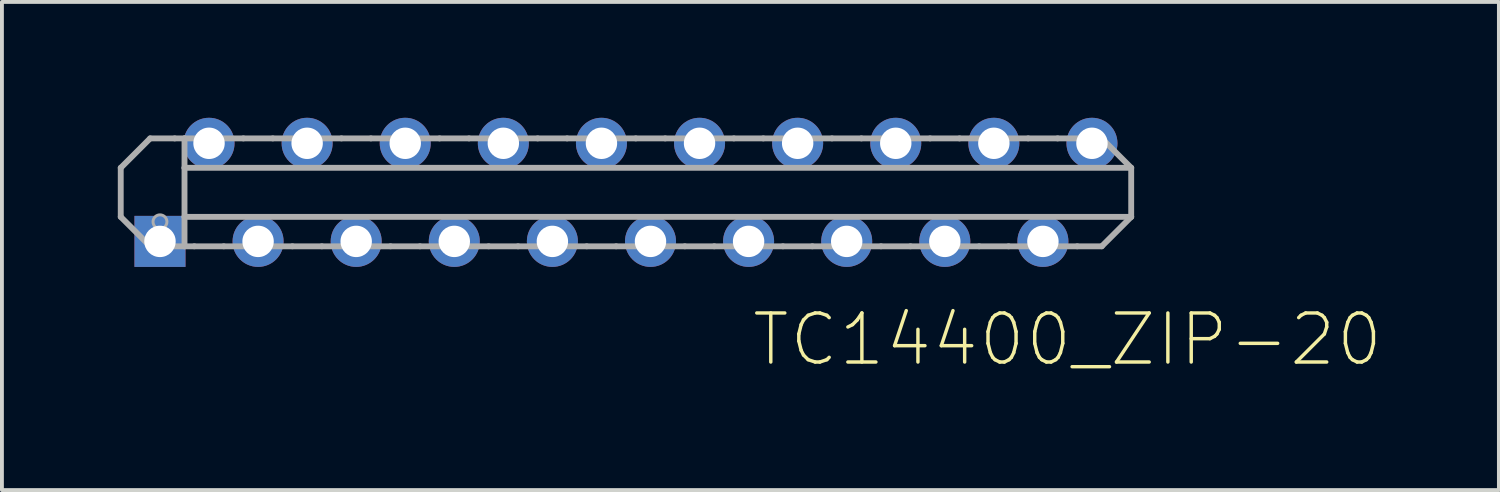
<source format=kicad_pcb>
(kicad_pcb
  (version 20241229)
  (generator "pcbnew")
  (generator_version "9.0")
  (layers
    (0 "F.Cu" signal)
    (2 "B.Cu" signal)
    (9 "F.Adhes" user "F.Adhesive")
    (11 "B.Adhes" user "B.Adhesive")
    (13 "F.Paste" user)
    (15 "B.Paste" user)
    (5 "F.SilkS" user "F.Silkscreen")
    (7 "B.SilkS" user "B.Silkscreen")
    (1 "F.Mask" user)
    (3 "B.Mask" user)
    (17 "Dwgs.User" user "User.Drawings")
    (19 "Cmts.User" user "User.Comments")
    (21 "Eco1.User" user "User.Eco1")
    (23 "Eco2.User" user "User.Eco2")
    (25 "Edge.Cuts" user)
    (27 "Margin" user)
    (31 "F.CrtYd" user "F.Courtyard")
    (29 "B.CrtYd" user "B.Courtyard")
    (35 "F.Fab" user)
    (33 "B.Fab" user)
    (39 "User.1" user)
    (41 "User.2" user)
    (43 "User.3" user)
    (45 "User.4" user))
  (footprint "TC14400_ZIP-20"
    (layer "F.Cu")
    (at 13.157 1.93)
    (property "Reference" "TC14400_ZIP-20" (at 11.43 3.81 0) (layer "F.SilkS") (effects (font (size 1.27 1.27) (thickness 0.089))))
    (attr exclude_from_pos_files)
    (fp_line (start -13.081 -0.635) (end -13.081 0.635) (stroke (width 0.152) (type solid)) (layer "F.Fab"))
    (fp_line (start -13.081 0.635) (end -12.319 1.397) (stroke (width 0.152) (type solid)) (layer "F.Fab"))
    (fp_line (start -12.319 -1.397) (end -13.081 -0.635) (stroke (width 0.152) (type solid)) (layer "F.Fab"))
    (fp_line (start -11.684 -1.397) (end -12.319 -1.397) (stroke (width 0.152) (type solid)) (layer "F.Fab"))
    (fp_line (start -11.43 -1.397) (end -11.684 -1.397) (stroke (width 0.152) (type solid)) (layer "F.Fab"))
    (fp_line (start -11.43 -0.635) (end -11.43 -1.397) (stroke (width 0.152) (type solid)) (layer "F.Fab"))
    (fp_line (start -11.43 0.635) (end -11.43 -0.635) (stroke (width 0.152) (type solid)) (layer "F.Fab"))
    (fp_line (start -11.43 1.397) (end -12.319 1.397) (stroke (width 0.152) (type solid)) (layer "F.Fab"))
    (fp_line (start -11.43 1.397) (end -11.43 0.635) (stroke (width 0.152) (type solid)) (layer "F.Fab"))
    (fp_line (start -11.176 1.397) (end -11.43 1.397) (stroke (width 0.152) (type solid)) (layer "F.Fab"))
    (fp_line (start -10.414 1.397) (end -11.176 1.397) (stroke (width 0.152) (type solid)) (layer "F.Fab"))
    (fp_line (start -9.906 -1.397) (end -11.43 -1.397) (stroke (width 0.152) (type solid)) (layer "F.Fab"))
    (fp_line (start -9.144 -1.397) (end -9.906 -1.397) (stroke (width 0.152) (type solid)) (layer "F.Fab"))
    (fp_line (start -8.636 1.397) (end -10.414 1.397) (stroke (width 0.152) (type solid)) (layer "F.Fab"))
    (fp_line (start -7.874 1.397) (end -8.636 1.397) (stroke (width 0.152) (type solid)) (layer "F.Fab"))
    (fp_line (start -7.366 -1.397) (end -9.144 -1.397) (stroke (width 0.152) (type solid)) (layer "F.Fab"))
    (fp_line (start -6.604 -1.397) (end -7.366 -1.397) (stroke (width 0.152) (type solid)) (layer "F.Fab"))
    (fp_line (start -6.096 1.397) (end -7.874 1.397) (stroke (width 0.152) (type solid)) (layer "F.Fab"))
    (fp_line (start -5.334 1.397) (end -6.096 1.397) (stroke (width 0.152) (type solid)) (layer "F.Fab"))
    (fp_line (start -4.826 -1.397) (end -6.604 -1.397) (stroke (width 0.152) (type solid)) (layer "F.Fab"))
    (fp_line (start -4.064 -1.397) (end -4.826 -1.397) (stroke (width 0.152) (type solid)) (layer "F.Fab"))
    (fp_line (start -3.556 1.397) (end -5.334 1.397) (stroke (width 0.152) (type solid)) (layer "F.Fab"))
    (fp_line (start -2.794 1.397) (end -3.556 1.397) (stroke (width 0.152) (type solid)) (layer "F.Fab"))
    (fp_line (start -2.286 -1.397) (end -4.064 -1.397) (stroke (width 0.152) (type solid)) (layer "F.Fab"))
    (fp_line (start -1.524 -1.397) (end -2.286 -1.397) (stroke (width 0.152) (type solid)) (layer "F.Fab"))
    (fp_line (start -1.016 1.397) (end -2.794 1.397) (stroke (width 0.152) (type solid)) (layer "F.Fab"))
    (fp_line (start -0.254 1.397) (end -1.016 1.397) (stroke (width 0.152) (type solid)) (layer "F.Fab"))
    (fp_line (start 0.254 -1.397) (end -1.524 -1.397) (stroke (width 0.152) (type solid)) (layer "F.Fab"))
    (fp_line (start 1.016 -1.397) (end 0.254 -1.397) (stroke (width 0.152) (type solid)) (layer "F.Fab"))
    (fp_line (start 1.524 1.397) (end -0.254 1.397) (stroke (width 0.152) (type solid)) (layer "F.Fab"))
    (fp_line (start 2.286 1.397) (end 1.524 1.397) (stroke (width 0.152) (type solid)) (layer "F.Fab"))
    (fp_line (start 2.794 -1.397) (end 1.016 -1.397) (stroke (width 0.152) (type solid)) (layer "F.Fab"))
    (fp_line (start 3.556 -1.397) (end 2.794 -1.397) (stroke (width 0.152) (type solid)) (layer "F.Fab"))
    (fp_line (start 4.064 1.397) (end 2.286 1.397) (stroke (width 0.152) (type solid)) (layer "F.Fab"))
    (fp_line (start 4.826 1.397) (end 4.064 1.397) (stroke (width 0.152) (type solid)) (layer "F.Fab"))
    (fp_line (start 5.334 -1.397) (end 3.556 -1.397) (stroke (width 0.152) (type solid)) (layer "F.Fab"))
    (fp_line (start 6.096 -1.397) (end 5.334 -1.397) (stroke (width 0.152) (type solid)) (layer "F.Fab"))
    (fp_line (start 6.604 1.397) (end 4.826 1.397) (stroke (width 0.152) (type solid)) (layer "F.Fab"))
    (fp_line (start 7.366 1.397) (end 6.604 1.397) (stroke (width 0.152) (type solid)) (layer "F.Fab"))
    (fp_line (start 7.874 -1.397) (end 6.096 -1.397) (stroke (width 0.152) (type solid)) (layer "F.Fab"))
    (fp_line (start 8.636 -1.397) (end 7.874 -1.397) (stroke (width 0.152) (type solid)) (layer "F.Fab"))
    (fp_line (start 9.144 1.397) (end 7.366 1.397) (stroke (width 0.152) (type solid)) (layer "F.Fab"))
    (fp_line (start 9.906 1.397) (end 9.144 1.397) (stroke (width 0.152) (type solid)) (layer "F.Fab"))
    (fp_line (start 10.414 -1.397) (end 8.636 -1.397) (stroke (width 0.152) (type solid)) (layer "F.Fab"))
    (fp_line (start 11.176 -1.397) (end 10.414 -1.397) (stroke (width 0.152) (type solid)) (layer "F.Fab"))
    (fp_line (start 11.684 1.397) (end 9.906 1.397) (stroke (width 0.152) (type solid)) (layer "F.Fab"))
    (fp_line (start 12.319 -1.397) (end 11.176 -1.397) (stroke (width 0.152) (type solid)) (layer "F.Fab"))
    (fp_line (start 12.319 1.397) (end 11.684 1.397) (stroke (width 0.152) (type solid)) (layer "F.Fab"))
    (fp_line (start 12.319 1.397) (end 13.081 0.635) (stroke (width 0.152) (type solid)) (layer "F.Fab"))
    (fp_line (start 13.081 -0.635) (end -11.43 -0.635) (stroke (width 0.152) (type solid)) (layer "F.Fab"))
    (fp_line (start 13.081 -0.635) (end 12.319 -1.397) (stroke (width 0.152) (type solid)) (layer "F.Fab"))
    (fp_line (start 13.081 0.635) (end -11.43 0.635) (stroke (width 0.152) (type solid)) (layer "F.Fab"))
    (fp_line (start 13.081 0.635) (end 13.081 -0.635) (stroke (width 0.152) (type solid)) (layer "F.Fab"))
    (fp_circle (center -12.065 0.762) (end -11.885 0.762) (stroke (width 0.076) (type solid)) (fill no) (layer "F.Fab"))
    (pad "1" thru_hole rect (at -12.065 1.27) (size 1.321 1.321) (drill 0.813) (layers "*.Cu" "*.Mask"))
    (pad "2" thru_hole circle (at -10.795 -1.27) (size 1.321 1.321) (drill 0.813) (layers "*.Cu" "*.Mask"))
    (pad "3" thru_hole circle (at -9.525 1.27) (size 1.321 1.321) (drill 0.813) (layers "*.Cu" "*.Mask"))
    (pad "4" thru_hole circle (at -8.255 -1.27) (size 1.321 1.321) (drill 0.813) (layers "*.Cu" "*.Mask"))
    (pad "5" thru_hole circle (at -6.985 1.27) (size 1.321 1.321) (drill 0.813) (layers "*.Cu" "*.Mask"))
    (pad "6" thru_hole circle (at -5.715 -1.27) (size 1.321 1.321) (drill 0.813) (layers "*.Cu" "*.Mask"))
    (pad "7" thru_hole circle (at -4.445 1.27) (size 1.321 1.321) (drill 0.813) (layers "*.Cu" "*.Mask"))
    (pad "8" thru_hole circle (at -3.175 -1.27) (size 1.321 1.321) (drill 0.813) (layers "*.Cu" "*.Mask"))
    (pad "9" thru_hole circle (at -1.905 1.27) (size 1.321 1.321) (drill 0.813) (layers "*.Cu" "*.Mask"))
    (pad "10" thru_hole circle (at -0.635 -1.27) (size 1.321 1.321) (drill 0.813) (layers "*.Cu" "*.Mask"))
    (pad "11" thru_hole circle (at 0.635 1.27) (size 1.321 1.321) (drill 0.813) (layers "*.Cu" "*.Mask"))
    (pad "12" thru_hole circle (at 1.905 -1.27) (size 1.321 1.321) (drill 0.813) (layers "*.Cu" "*.Mask"))
    (pad "13" thru_hole circle (at 3.175 1.27) (size 1.321 1.321) (drill 0.813) (layers "*.Cu" "*.Mask"))
    (pad "14" thru_hole circle (at 4.445 -1.27) (size 1.321 1.321) (drill 0.813) (layers "*.Cu" "*.Mask"))
    (pad "15" thru_hole circle (at 5.715 1.27) (size 1.321 1.321) (drill 0.813) (layers "*.Cu" "*.Mask"))
    (pad "16" thru_hole circle (at 6.985 -1.27) (size 1.321 1.321) (drill 0.813) (layers "*.Cu" "*.Mask"))
    (pad "17" thru_hole circle (at 8.255 1.27) (size 1.321 1.321) (drill 0.813) (layers "*.Cu" "*.Mask"))
    (pad "18" thru_hole circle (at 9.525 -1.27) (size 1.321 1.321) (drill 0.813) (layers "*.Cu" "*.Mask"))
    (pad "19" thru_hole circle (at 10.795 1.27) (size 1.321 1.321) (drill 0.813) (layers "*.Cu" "*.Mask"))
    (pad "20" thru_hole circle (at 12.065 -1.27) (size 1.321 1.321) (drill 0.813) (layers "*.Cu" "*.Mask")))
  (gr_rect
    (start -3 -3)
    (end 35.758 9.639)
    (stroke (width 0.1) (type default))
    (fill no)
    (layer "Edge.Cuts")))
</source>
